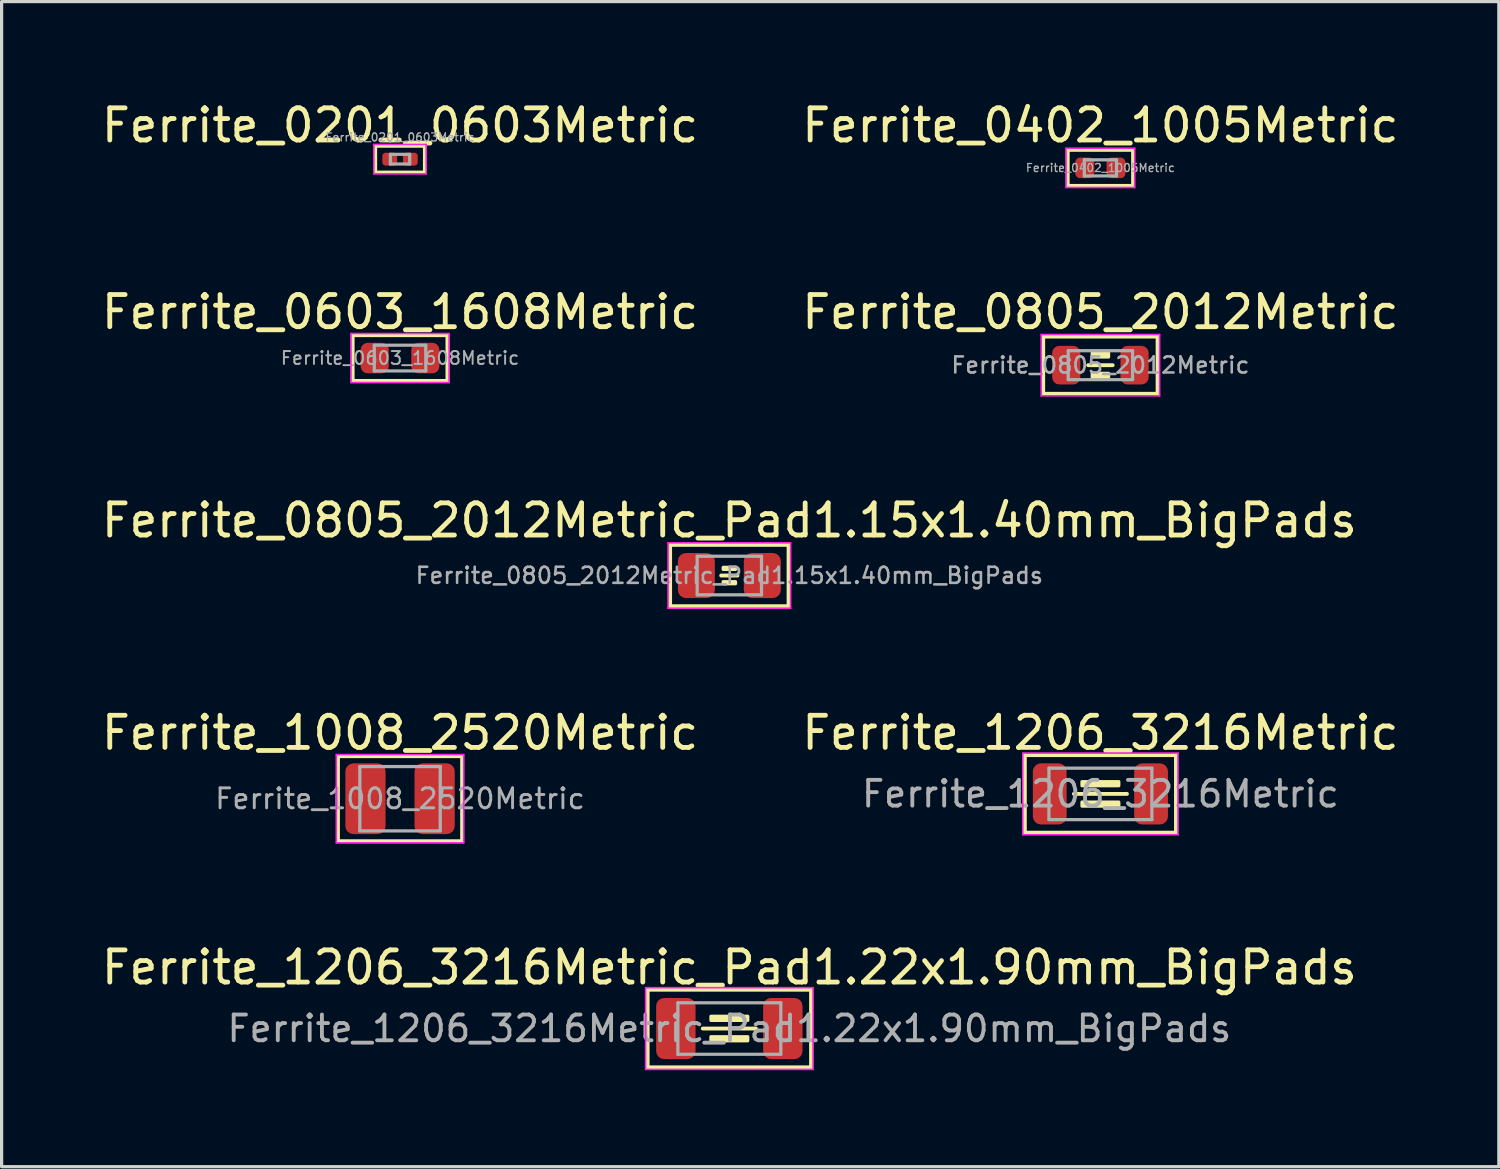
<source format=kicad_pcb>
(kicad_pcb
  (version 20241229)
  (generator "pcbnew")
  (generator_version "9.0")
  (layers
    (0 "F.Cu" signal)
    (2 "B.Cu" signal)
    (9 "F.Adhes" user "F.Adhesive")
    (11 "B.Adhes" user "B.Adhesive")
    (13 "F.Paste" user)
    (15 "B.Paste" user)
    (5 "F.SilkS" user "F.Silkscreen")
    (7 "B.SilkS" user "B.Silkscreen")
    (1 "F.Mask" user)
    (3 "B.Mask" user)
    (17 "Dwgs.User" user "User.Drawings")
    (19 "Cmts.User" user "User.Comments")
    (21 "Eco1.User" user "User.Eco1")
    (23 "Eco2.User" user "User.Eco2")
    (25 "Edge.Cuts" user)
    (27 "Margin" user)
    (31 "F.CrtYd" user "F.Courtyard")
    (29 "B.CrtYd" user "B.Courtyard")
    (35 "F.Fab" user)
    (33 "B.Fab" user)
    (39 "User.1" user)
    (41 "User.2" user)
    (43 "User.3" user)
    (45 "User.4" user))
  (footprint "Ferrite_0201_0603Metric"
    (layer "F.Cu")
    (at 9.387 1.898)
    (property "Reference" "Ferrite_0201_0603Metric" (at 0 -1.05 0) (layer "F.SilkS") (effects (font (size 1 1) (thickness 0.15))))
    (attr smd)
    (fp_line (start -0.762 -0.406) (end -0.762 0.406) (stroke (width 0.1) (type solid)) (layer "F.SilkS"))
    (fp_line (start -0.762 0.406) (end 0.762 0.406) (stroke (width 0.1) (type solid)) (layer "F.SilkS"))
    (fp_line (start 0.762 -0.406) (end -0.762 -0.406) (stroke (width 0.1) (type solid)) (layer "F.SilkS"))
    (fp_line (start 0.762 0.406) (end 0.762 -0.406) (stroke (width 0.1) (type solid)) (layer "F.SilkS"))
    (fp_line (start -0.813 -0.457) (end 0.813 -0.457) (stroke (width 0.05) (type solid)) (layer "F.CrtYd"))
    (fp_line (start -0.813 0.457) (end -0.813 -0.457) (stroke (width 0.05) (type solid)) (layer "F.CrtYd"))
    (fp_line (start 0.813 -0.457) (end 0.813 0.457) (stroke (width 0.05) (type solid)) (layer "F.CrtYd"))
    (fp_line (start 0.813 0.457) (end -0.813 0.457) (stroke (width 0.05) (type solid)) (layer "F.CrtYd"))
    (fp_line (start -0.3 -0.15) (end 0.3 -0.15) (stroke (width 0.1) (type solid)) (layer "F.Fab"))
    (fp_line (start -0.3 0.15) (end -0.3 -0.15) (stroke (width 0.1) (type solid)) (layer "F.Fab"))
    (fp_line (start 0.3 -0.15) (end 0.3 0.15) (stroke (width 0.1) (type solid)) (layer "F.Fab"))
    (fp_line (start 0.3 0.15) (end -0.3 0.15) (stroke (width 0.1) (type solid)) (layer "F.Fab"))
    (fp_text user "${REFERENCE}" (at 0 -0.68 0) (layer "F.Fab") (effects (font (size 0.25 0.25) (thickness 0.04))))
    (pad "" smd roundrect (at -0.345 0) (size 0.318 0.36) (layers "F.Paste") (roundrect_rratio 0.25))
    (pad "" smd roundrect (at 0.345 0) (size 0.318 0.36) (layers "F.Paste") (roundrect_rratio 0.25))
    (pad "1" smd roundrect (at -0.32 0) (size 0.46 0.4) (layers "F.Cu" "F.Mask") (roundrect_rratio 0.25))
    (pad "2" smd roundrect (at 0.32 0) (size 0.46 0.4) (layers "F.Cu" "F.Mask") (roundrect_rratio 0.25)))
  (footprint "Ferrite_1008_2520Metric"
    (layer "F.Cu")
    (at 9.387 21.782)
    (property "Reference" "Ferrite_1008_2520Metric" (at 0 -2.05 0) (layer "F.SilkS") (effects (font (size 1 1) (thickness 0.15))))
    (attr smd)
    (fp_line (start -1.93 -1.321) (end 1.93 -1.321) (stroke (width 0.12) (type solid)) (layer "F.SilkS"))
    (fp_line (start -1.93 1.321) (end -1.93 -1.321) (stroke (width 0.12) (type solid)) (layer "F.SilkS"))
    (fp_line (start 1.93 -1.321) (end 1.93 1.321) (stroke (width 0.12) (type solid)) (layer "F.SilkS"))
    (fp_line (start 1.93 1.321) (end -1.93 1.321) (stroke (width 0.12) (type solid)) (layer "F.SilkS"))
    (fp_line (start -1.981 -1.372) (end 1.981 -1.372) (stroke (width 0.05) (type solid)) (layer "F.CrtYd"))
    (fp_line (start -1.981 1.372) (end -1.981 -1.372) (stroke (width 0.05) (type solid)) (layer "F.CrtYd"))
    (fp_line (start 1.981 -1.372) (end 1.981 1.372) (stroke (width 0.05) (type solid)) (layer "F.CrtYd"))
    (fp_line (start 1.981 1.372) (end -1.981 1.372) (stroke (width 0.05) (type solid)) (layer "F.CrtYd"))
    (fp_line (start -1.25 -1) (end 1.25 -1) (stroke (width 0.1) (type solid)) (layer "F.Fab"))
    (fp_line (start -1.25 1) (end -1.25 -1) (stroke (width 0.1) (type solid)) (layer "F.Fab"))
    (fp_line (start 1.25 -1) (end 1.25 1) (stroke (width 0.1) (type solid)) (layer "F.Fab"))
    (fp_line (start 1.25 1) (end -1.25 1) (stroke (width 0.1) (type solid)) (layer "F.Fab"))
    (fp_text user "${REFERENCE}" (at 0 0 0) (layer "F.Fab") (effects (font (size 0.62 0.62) (thickness 0.09))))
    (pad "1" smd roundrect (at -1.075 0) (size 1.25 2.2) (layers "F.Cu" "F.Mask" "F.Paste") (roundrect_rratio 0.2))
    (pad "2" smd roundrect (at 1.075 0) (size 1.25 2.2) (layers "F.Cu" "F.Mask" "F.Paste") (roundrect_rratio 0.2)))
  (footprint "Ferrite_0805_2012Metric"
    (layer "F.Cu")
    (at 31.161 8.303)
    (property "Reference" "Ferrite_0805_2012Metric" (at 0 -1.651 0) (layer "F.SilkS") (effects (font (size 1 1) (thickness 0.15))))
    (attr smd)
    (fp_line (start -1.778 -0.889) (end 1.778 -0.889) (stroke (width 0.12) (type solid)) (layer "F.SilkS"))
    (fp_line (start -1.778 0.889) (end -1.778 -0.889) (stroke (width 0.12) (type solid)) (layer "F.SilkS"))
    (fp_line (start -0.381 0) (end 0.381 0) (stroke (width 0.12) (type solid)) (layer "F.SilkS"))
    (fp_line (start 1.778 -0.889) (end 1.778 0.889) (stroke (width 0.12) (type solid)) (layer "F.SilkS"))
    (fp_line (start 1.778 0.889) (end -1.778 0.889) (stroke (width 0.12) (type solid)) (layer "F.SilkS"))
    (fp_poly (pts (xy -0.254 0.254) (xy 0.254 0.254) (xy 0.254 0.381) (xy -0.254 0.381)) (stroke (width 0.1) (type solid)) (fill yes) (layer "F.SilkS"))
    (fp_poly (pts (xy 0.254 -0.254) (xy -0.254 -0.254) (xy -0.254 -0.381) (xy 0.254 -0.381)) (stroke (width 0.1) (type solid)) (fill yes) (layer "F.SilkS"))
    (fp_line (start -1.841 -0.953) (end 1.841 -0.953) (stroke (width 0.05) (type solid)) (layer "F.CrtYd"))
    (fp_line (start -1.841 0.953) (end -1.841 -0.953) (stroke (width 0.05) (type solid)) (layer "F.CrtYd"))
    (fp_line (start 1.841 -0.953) (end 1.841 0.953) (stroke (width 0.05) (type solid)) (layer "F.CrtYd"))
    (fp_line (start 1.841 0.953) (end -1.841 0.953) (stroke (width 0.05) (type solid)) (layer "F.CrtYd"))
    (fp_line (start -1 -0.45) (end 1 -0.45) (stroke (width 0.1) (type solid)) (layer "F.Fab"))
    (fp_line (start -1 0.45) (end -1 -0.45) (stroke (width 0.1) (type solid)) (layer "F.Fab"))
    (fp_line (start 1 -0.45) (end 1 0.45) (stroke (width 0.1) (type solid)) (layer "F.Fab"))
    (fp_line (start 1 0.45) (end -1 0.45) (stroke (width 0.1) (type solid)) (layer "F.Fab"))
    (fp_text user "${REFERENCE}" (at 0 0 0) (layer "F.Fab") (effects (font (size 0.5 0.5) (thickness 0.08))))
    (pad "1" smd roundrect (at -1.062 0) (size 0.875 1.2) (layers "F.Cu" "F.Mask" "F.Paste") (roundrect_rratio 0.25))
    (pad "2" smd roundrect (at 1.062 0) (size 0.875 1.2) (layers "F.Cu" "F.Mask" "F.Paste") (roundrect_rratio 0.25)))
  (footprint "Ferrite_0805_2012Metric_Pad1.15x1.40mm_BigPads"
    (layer "F.Cu")
    (at 19.625 14.843)
    (property "Reference" "Ferrite_0805_2012Metric_Pad1.15x1.40mm_BigPads" (at 0 -1.714 0) (layer "F.SilkS") (effects (font (size 1 1) (thickness 0.15))))
    (attr smd)
    (fp_line (start -1.841 -0.953) (end 1.841 -0.953) (stroke (width 0.12) (type solid)) (layer "F.SilkS"))
    (fp_line (start -1.841 0.953) (end -1.841 -0.953) (stroke (width 0.12) (type solid)) (layer "F.SilkS"))
    (fp_line (start -0.254 0) (end 0.254 0) (stroke (width 0.12) (type solid)) (layer "F.SilkS"))
    (fp_line (start 1.841 -0.953) (end 1.841 0.953) (stroke (width 0.12) (type solid)) (layer "F.SilkS"))
    (fp_line (start 1.841 0.953) (end -1.841 0.953) (stroke (width 0.12) (type solid)) (layer "F.SilkS"))
    (fp_poly (pts (xy -0.191 0.191) (xy 0.191 0.191) (xy 0.191 0.254) (xy -0.191 0.254)) (stroke (width 0.1) (type solid)) (fill yes) (layer "F.SilkS"))
    (fp_poly (pts (xy 0.191 -0.191) (xy -0.191 -0.191) (xy -0.191 -0.254) (xy 0.191 -0.254)) (stroke (width 0.1) (type solid)) (fill yes) (layer "F.SilkS"))
    (fp_line (start -1.905 -1.016) (end 1.905 -1.016) (stroke (width 0.05) (type solid)) (layer "F.CrtYd"))
    (fp_line (start -1.905 1.016) (end -1.905 -1.016) (stroke (width 0.05) (type solid)) (layer "F.CrtYd"))
    (fp_line (start 1.905 -1.016) (end 1.905 1.016) (stroke (width 0.05) (type solid)) (layer "F.CrtYd"))
    (fp_line (start 1.905 1.016) (end -1.905 1.016) (stroke (width 0.05) (type solid)) (layer "F.CrtYd"))
    (fp_line (start -1 -0.6) (end 1 -0.6) (stroke (width 0.1) (type solid)) (layer "F.Fab"))
    (fp_line (start -1 0.6) (end -1 -0.6) (stroke (width 0.1) (type solid)) (layer "F.Fab"))
    (fp_line (start 1 -0.6) (end 1 0.6) (stroke (width 0.1) (type solid)) (layer "F.Fab"))
    (fp_line (start 1 0.6) (end -1 0.6) (stroke (width 0.1) (type solid)) (layer "F.Fab"))
    (fp_text user "${REFERENCE}" (at 0 0 0) (layer "F.Fab") (effects (font (size 0.5 0.5) (thickness 0.08))))
    (pad "1" smd roundrect (at -1.025 0) (size 1.15 1.4) (layers "F.Cu" "F.Mask" "F.Paste") (roundrect_rratio 0.217))
    (pad "2" smd roundrect (at 1.025 0) (size 1.15 1.4) (layers "F.Cu" "F.Mask" "F.Paste") (roundrect_rratio 0.217)))
  (footprint "Ferrite_1206_3216Metric"
    (layer "F.Cu")
    (at 31.161 21.632)
    (property "Reference" "Ferrite_1206_3216Metric" (at 0 -1.9 0) (layer "F.SilkS") (effects (font (size 1 1) (thickness 0.15))))
    (attr smd)
    (fp_line (start -2.349 -1.206) (end 2.349 -1.206) (stroke (width 0.12) (type solid)) (layer "F.SilkS"))
    (fp_line (start -2.349 1.206) (end -2.349 -1.206) (stroke (width 0.12) (type solid)) (layer "F.SilkS"))
    (fp_line (start -0.826 0) (end 0.826 0) (stroke (width 0.12) (type solid)) (layer "F.SilkS"))
    (fp_line (start 2.349 -1.206) (end 2.349 1.206) (stroke (width 0.12) (type solid)) (layer "F.SilkS"))
    (fp_line (start 2.349 1.206) (end -2.349 1.206) (stroke (width 0.12) (type solid)) (layer "F.SilkS"))
    (fp_poly (pts (xy 0.572 -0.254) (xy -0.572 -0.254) (xy -0.572 -0.381) (xy 0.572 -0.381)) (stroke (width 0.1) (type solid)) (fill yes) (layer "F.SilkS"))
    (fp_poly (pts (xy 0.572 0.381) (xy -0.572 0.381) (xy -0.572 0.254) (xy 0.572 0.254)) (stroke (width 0.1) (type solid)) (fill yes) (layer "F.SilkS"))
    (fp_line (start -2.413 -1.27) (end 2.413 -1.27) (stroke (width 0.05) (type solid)) (layer "F.CrtYd"))
    (fp_line (start -2.413 1.27) (end -2.413 -1.27) (stroke (width 0.05) (type solid)) (layer "F.CrtYd"))
    (fp_line (start 2.413 -1.27) (end 2.413 1.27) (stroke (width 0.05) (type solid)) (layer "F.CrtYd"))
    (fp_line (start 2.413 1.27) (end -2.413 1.27) (stroke (width 0.05) (type solid)) (layer "F.CrtYd"))
    (fp_line (start -1.6 -0.8) (end 1.6 -0.8) (stroke (width 0.1) (type solid)) (layer "F.Fab"))
    (fp_line (start -1.6 0.8) (end -1.6 -0.8) (stroke (width 0.1) (type solid)) (layer "F.Fab"))
    (fp_line (start 1.6 -0.8) (end 1.6 0.8) (stroke (width 0.1) (type solid)) (layer "F.Fab"))
    (fp_line (start 1.6 0.8) (end -1.6 0.8) (stroke (width 0.1) (type solid)) (layer "F.Fab"))
    (fp_text user "${REFERENCE}" (at 0 0 0) (layer "F.Fab") (effects (font (size 0.8 0.8) (thickness 0.12))))
    (pad "1" smd roundrect (at -1.575 0) (size 1.05 1.9) (layers "F.Cu" "F.Mask" "F.Paste") (roundrect_rratio 0.238))
    (pad "2" smd roundrect (at 1.575 0) (size 1.05 1.9) (layers "F.Cu" "F.Mask" "F.Paste") (roundrect_rratio 0.238)))
  (footprint "Ferrite_1206_3216Metric_Pad1.22x1.90mm_BigPads"
    (layer "F.Cu")
    (at 19.625 28.927)
    (property "Reference" "Ferrite_1206_3216Metric_Pad1.22x1.90mm_BigPads" (at 0 -1.9 0) (layer "F.SilkS") (effects (font (size 1 1) (thickness 0.15))))
    (attr smd)
    (fp_line (start -2.54 -1.206) (end 2.54 -1.206) (stroke (width 0.12) (type solid)) (layer "F.SilkS"))
    (fp_line (start -2.54 1.206) (end -2.54 -1.206) (stroke (width 0.12) (type solid)) (layer "F.SilkS"))
    (fp_line (start -0.826 0) (end 0.826 0) (stroke (width 0.12) (type solid)) (layer "F.SilkS"))
    (fp_line (start 2.54 -1.206) (end 2.54 1.206) (stroke (width 0.12) (type solid)) (layer "F.SilkS"))
    (fp_line (start 2.54 1.206) (end -2.54 1.206) (stroke (width 0.12) (type solid)) (layer "F.SilkS"))
    (fp_poly (pts (xy 0.572 -0.254) (xy -0.572 -0.254) (xy -0.572 -0.381) (xy 0.572 -0.381)) (stroke (width 0.1) (type solid)) (fill yes) (layer "F.SilkS"))
    (fp_poly (pts (xy 0.572 0.381) (xy -0.572 0.381) (xy -0.572 0.254) (xy 0.572 0.254)) (stroke (width 0.1) (type solid)) (fill yes) (layer "F.SilkS"))
    (fp_line (start -2.603 -1.27) (end 2.603 -1.27) (stroke (width 0.05) (type solid)) (layer "F.CrtYd"))
    (fp_line (start -2.603 1.27) (end -2.603 -1.27) (stroke (width 0.05) (type solid)) (layer "F.CrtYd"))
    (fp_line (start 2.603 -1.27) (end 2.603 1.27) (stroke (width 0.05) (type solid)) (layer "F.CrtYd"))
    (fp_line (start 2.603 1.27) (end -2.603 1.27) (stroke (width 0.05) (type solid)) (layer "F.CrtYd"))
    (fp_line (start -1.6 -0.8) (end 1.6 -0.8) (stroke (width 0.1) (type solid)) (layer "F.Fab"))
    (fp_line (start -1.6 0.8) (end -1.6 -0.8) (stroke (width 0.1) (type solid)) (layer "F.Fab"))
    (fp_line (start 1.6 -0.8) (end 1.6 0.8) (stroke (width 0.1) (type solid)) (layer "F.Fab"))
    (fp_line (start 1.6 0.8) (end -1.6 0.8) (stroke (width 0.1) (type solid)) (layer "F.Fab"))
    (fp_text user "${REFERENCE}" (at 0 0 0) (layer "F.Fab") (effects (font (size 0.8 0.8) (thickness 0.12))))
    (pad "1" smd roundrect (at -1.663 0) (size 1.225 1.9) (layers "F.Cu" "F.Mask" "F.Paste") (roundrect_rratio 0.204))
    (pad "2" smd roundrect (at 1.663 0) (size 1.225 1.9) (layers "F.Cu" "F.Mask" "F.Paste") (roundrect_rratio 0.204)))
  (footprint "Ferrite_0603_1608Metric"
    (layer "F.Cu")
    (at 9.387 8.082)
    (property "Reference" "Ferrite_0603_1608Metric" (at 0 -1.43 0) (layer "F.SilkS") (effects (font (size 1 1) (thickness 0.15))))
    (attr smd)
    (fp_line (start -1.473 -0.711) (end 1.473 -0.711) (stroke (width 0.12) (type solid)) (layer "F.SilkS"))
    (fp_line (start -1.473 0.711) (end -1.473 -0.711) (stroke (width 0.12) (type solid)) (layer "F.SilkS"))
    (fp_line (start 1.473 -0.711) (end 1.473 0.711) (stroke (width 0.12) (type solid)) (layer "F.SilkS"))
    (fp_line (start 1.473 0.711) (end -1.473 0.711) (stroke (width 0.12) (type solid)) (layer "F.SilkS"))
    (fp_line (start -1.524 -0.762) (end 1.524 -0.762) (stroke (width 0.05) (type solid)) (layer "F.CrtYd"))
    (fp_line (start -1.524 0.762) (end -1.524 -0.762) (stroke (width 0.05) (type solid)) (layer "F.CrtYd"))
    (fp_line (start 1.524 -0.762) (end 1.524 0.762) (stroke (width 0.05) (type solid)) (layer "F.CrtYd"))
    (fp_line (start 1.524 0.762) (end -1.524 0.762) (stroke (width 0.05) (type solid)) (layer "F.CrtYd"))
    (fp_line (start -0.8 -0.4) (end 0.8 -0.4) (stroke (width 0.1) (type solid)) (layer "F.Fab"))
    (fp_line (start -0.8 0.4) (end -0.8 -0.4) (stroke (width 0.1) (type solid)) (layer "F.Fab"))
    (fp_line (start 0.8 -0.4) (end 0.8 0.4) (stroke (width 0.1) (type solid)) (layer "F.Fab"))
    (fp_line (start 0.8 0.4) (end -0.8 0.4) (stroke (width 0.1) (type solid)) (layer "F.Fab"))
    (fp_text user "${REFERENCE}" (at 0 0 0) (layer "F.Fab") (effects (font (size 0.4 0.4) (thickness 0.06))))
    (pad "1" smd roundrect (at -0.787 0) (size 0.875 0.95) (layers "F.Cu" "F.Mask" "F.Paste") (roundrect_rratio 0.25))
    (pad "2" smd roundrect (at 0.787 0) (size 0.875 0.95) (layers "F.Cu" "F.Mask" "F.Paste") (roundrect_rratio 0.25)))
  (footprint "Ferrite_0402_1005Metric"
    (layer "F.Cu")
    (at 31.161 2.169)
    (property "Reference" "Ferrite_0402_1005Metric" (at 0 -1.321 0) (layer "F.SilkS") (effects (font (size 1 1) (thickness 0.15))))
    (attr smd)
    (fp_line (start -1.016 -0.559) (end 1.016 -0.559) (stroke (width 0.12) (type solid)) (layer "F.SilkS"))
    (fp_line (start -1.016 0.559) (end -1.016 -0.559) (stroke (width 0.12) (type solid)) (layer "F.SilkS"))
    (fp_line (start 1.016 -0.559) (end 1.016 0.559) (stroke (width 0.12) (type solid)) (layer "F.SilkS"))
    (fp_line (start 1.016 0.559) (end -1.016 0.559) (stroke (width 0.12) (type solid)) (layer "F.SilkS"))
    (fp_line (start -1.067 -0.61) (end 1.067 -0.61) (stroke (width 0.05) (type solid)) (layer "F.CrtYd"))
    (fp_line (start -1.067 0.61) (end -1.067 -0.61) (stroke (width 0.05) (type solid)) (layer "F.CrtYd"))
    (fp_line (start 1.067 -0.61) (end 1.067 0.61) (stroke (width 0.05) (type solid)) (layer "F.CrtYd"))
    (fp_line (start 1.067 0.61) (end -1.067 0.61) (stroke (width 0.05) (type solid)) (layer "F.CrtYd"))
    (fp_line (start -0.5 -0.25) (end 0.5 -0.25) (stroke (width 0.1) (type solid)) (layer "F.Fab"))
    (fp_line (start -0.5 0.25) (end -0.5 -0.25) (stroke (width 0.1) (type solid)) (layer "F.Fab"))
    (fp_line (start 0.5 -0.25) (end 0.5 0.25) (stroke (width 0.1) (type solid)) (layer "F.Fab"))
    (fp_line (start 0.5 0.25) (end -0.5 0.25) (stroke (width 0.1) (type solid)) (layer "F.Fab"))
    (fp_text user "${REFERENCE}" (at 0 0 0) (layer "F.Fab") (effects (font (size 0.25 0.25) (thickness 0.04))))
    (pad "1" smd roundrect (at -0.485 0) (size 0.59 0.64) (layers "F.Cu" "F.Mask" "F.Paste") (roundrect_rratio 0.25))
    (pad "2" smd roundrect (at 0.485 0) (size 0.59 0.64) (layers "F.Cu" "F.Mask" "F.Paste") (roundrect_rratio 0.25)))
  (gr_rect
    (start -3 -3)
    (end 43.548 33.222)
    (stroke (width 0.1) (type default))
    (fill no)
    (layer "Edge.Cuts")))
</source>
